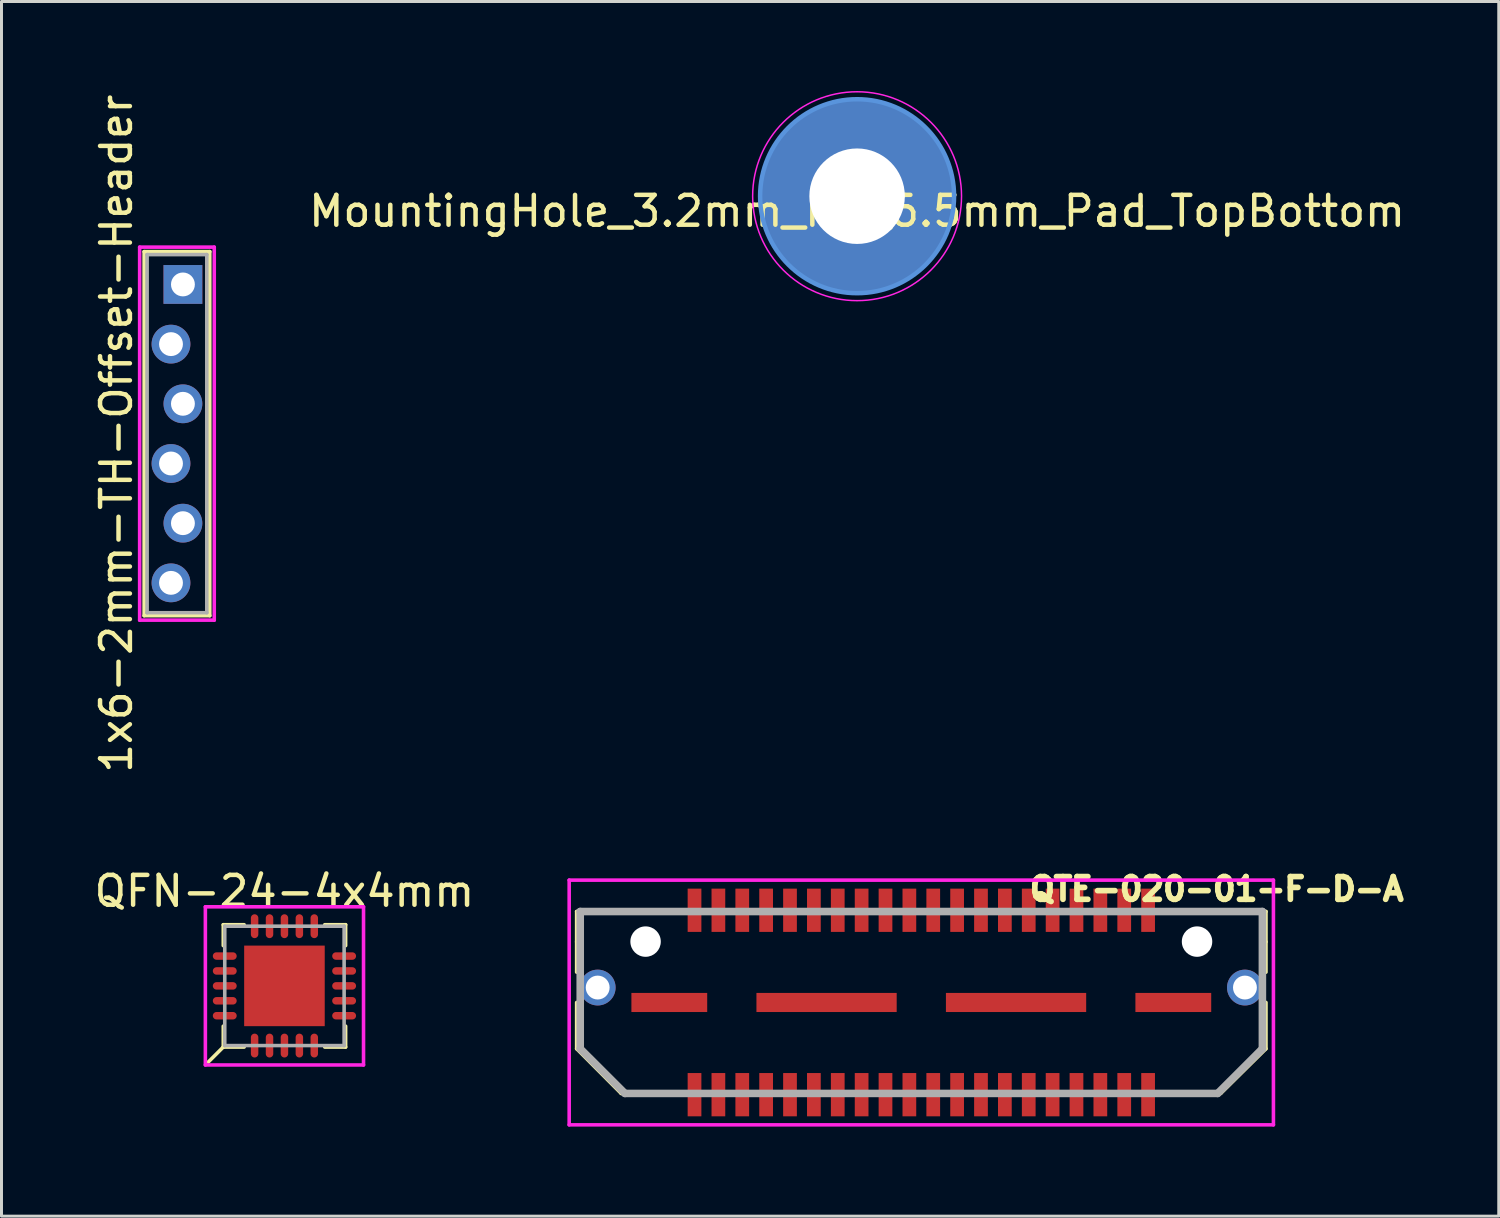
<source format=kicad_pcb>
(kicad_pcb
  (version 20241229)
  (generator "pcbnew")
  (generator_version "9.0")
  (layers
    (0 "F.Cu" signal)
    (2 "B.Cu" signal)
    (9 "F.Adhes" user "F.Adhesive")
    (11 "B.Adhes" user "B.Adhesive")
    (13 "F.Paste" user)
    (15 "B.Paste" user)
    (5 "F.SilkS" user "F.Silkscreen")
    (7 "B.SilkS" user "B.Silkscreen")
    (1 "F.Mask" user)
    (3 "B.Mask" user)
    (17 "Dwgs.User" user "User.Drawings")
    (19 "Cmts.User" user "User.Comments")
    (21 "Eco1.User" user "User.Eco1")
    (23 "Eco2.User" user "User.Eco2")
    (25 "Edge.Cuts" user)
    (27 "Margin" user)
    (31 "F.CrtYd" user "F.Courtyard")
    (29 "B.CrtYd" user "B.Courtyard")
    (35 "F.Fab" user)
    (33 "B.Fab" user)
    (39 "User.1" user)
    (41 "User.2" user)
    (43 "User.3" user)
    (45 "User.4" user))
  (footprint "1x6-2mm-TH-Offset-Header"
    (layer "F.Cu")
    (at 2.88 11.482)
    (property "Reference" "1x6-2mm-TH-Offset-Header" (at -2.032 0 90) (layer "F.SilkS") (effects (font (size 1 1) (thickness 0.15))))
    (attr through_hole)
    (fp_line (start -1.1 -6.1) (end -1.1 6.1) (stroke (width 0.12) (type solid)) (layer "F.SilkS"))
    (fp_line (start -1.1 6.1) (end 1.1 6.1) (stroke (width 0.12) (type solid)) (layer "F.SilkS"))
    (fp_line (start 1.1 -6.1) (end -1.1 -6.1) (stroke (width 0.12) (type solid)) (layer "F.SilkS"))
    (fp_line (start 1.1 6.1) (end 1.1 -6.1) (stroke (width 0.12) (type solid)) (layer "F.SilkS"))
    (fp_line (start -1.25 -6.25) (end -1.25 6.25) (stroke (width 0.12) (type solid)) (layer "F.CrtYd"))
    (fp_line (start -1.25 6.25) (end 1.25 6.25) (stroke (width 0.12) (type solid)) (layer "F.CrtYd"))
    (fp_line (start 1.25 -6.25) (end -1.25 -6.25) (stroke (width 0.12) (type solid)) (layer "F.CrtYd"))
    (fp_line (start 1.25 6.25) (end 1.25 -6.25) (stroke (width 0.12) (type solid)) (layer "F.CrtYd"))
    (fp_line (start -1 -6) (end -1 6) (stroke (width 0.12) (type solid)) (layer "F.Fab"))
    (fp_line (start -1 6) (end 1 6) (stroke (width 0.12) (type solid)) (layer "F.Fab"))
    (fp_line (start 1 -6) (end -1 -6) (stroke (width 0.12) (type solid)) (layer "F.Fab"))
    (fp_line (start 1 6) (end 1 -6) (stroke (width 0.12) (type solid)) (layer "F.Fab"))
    (pad "1" thru_hole rect (at 0.2 -5 270) (size 1.3 1.3) (drill 0.8) (layers "*.Cu" "*.Mask"))
    (pad "2" thru_hole circle (at -0.2 -3 270) (size 1.3 1.3) (drill 0.8) (layers "*.Cu" "*.Mask"))
    (pad "3" thru_hole circle (at 0.2 -1 270) (size 1.3 1.3) (drill 0.8) (layers "*.Cu" "*.Mask"))
    (pad "4" thru_hole circle (at -0.2 1 270) (size 1.3 1.3) (drill 0.8) (layers "*.Cu" "*.Mask"))
    (pad "5" thru_hole circle (at 0.2 3 270) (size 1.3 1.3) (drill 0.8) (layers "*.Cu" "*.Mask"))
    (pad "6" thru_hole circle (at -0.2 5 270) (size 1.3 1.3) (drill 0.8) (layers "*.Cu" "*.Mask")))
  (footprint "MountingHole_3.2mm_M3_6.5mm_Pad_TopBottom"
    (layer "F.Cu")
    (at 25.672 3.525)
    (property "Reference" "MountingHole_3.2mm_M3_6.5mm_Pad_TopBottom" (at 0 0.5 0) (layer "F.SilkS") (effects (font (size 1 1) (thickness 0.15))))
    (attr through_hole)
    (fp_circle (center 0 0) (end 3.25 0) (stroke (width 0.15) (type solid)) (fill no) (layer "Cmts.User"))
    (fp_circle (center 0 0) (end 3.5 0) (stroke (width 0.05) (type solid)) (fill no) (layer "F.CrtYd"))
    (pad "1" thru_hole circle (at 0 0) (size 3.6 3.6) (drill 3.2) (layers "*.Cu" "*.Mask"))
    (pad "1" connect circle (at 0 0) (size 6.5 6.5) (layers "F.Cu" "F.Mask"))
    (pad "1" connect circle (at 0 0) (size 6.5 6.5) (layers "B.Cu" "B.Mask")))
  (footprint "QFN-24-4x4mm"
    (layer "F.Cu")
    (at 6.482 29.988)
    (property "Reference" "QFN-24-4x4mm" (at 0 -3.175 0) (layer "F.SilkS") (effects (font (size 1 1) (thickness 0.15))))
    (attr through_hole)
    (fp_line (start -2.55 2.55) (end -2.05 2.05) (stroke (width 0.12) (type solid)) (layer "F.SilkS"))
    (fp_line (start -2.05 -2.05) (end -2.05 -1.35) (stroke (width 0.12) (type solid)) (layer "F.SilkS"))
    (fp_line (start -2.05 -2.05) (end -1.35 -2.05) (stroke (width 0.12) (type solid)) (layer "F.SilkS"))
    (fp_line (start -2.05 2.05) (end -2.05 1.35) (stroke (width 0.12) (type solid)) (layer "F.SilkS"))
    (fp_line (start -2.05 2.05) (end -1.35 2.05) (stroke (width 0.12) (type solid)) (layer "F.SilkS"))
    (fp_line (start 2.05 -2.05) (end 1.35 -2.05) (stroke (width 0.12) (type solid)) (layer "F.SilkS"))
    (fp_line (start 2.05 -2.05) (end 2.05 -1.35) (stroke (width 0.12) (type solid)) (layer "F.SilkS"))
    (fp_line (start 2.05 2.05) (end 1.35 2.05) (stroke (width 0.12) (type solid)) (layer "F.SilkS"))
    (fp_line (start 2.05 2.05) (end 2.05 1.35) (stroke (width 0.12) (type solid)) (layer "F.SilkS"))
    (fp_line (start -2.65 -2.65) (end -2.65 2.65) (stroke (width 0.12) (type solid)) (layer "F.CrtYd"))
    (fp_line (start -2.65 2.65) (end 2.65 2.65) (stroke (width 0.12) (type solid)) (layer "F.CrtYd"))
    (fp_line (start 2.65 -2.65) (end -2.65 -2.65) (stroke (width 0.12) (type solid)) (layer "F.CrtYd"))
    (fp_line (start 2.65 2.65) (end 2.65 -2.65) (stroke (width 0.12) (type solid)) (layer "F.CrtYd"))
    (fp_line (start -2 -2) (end -2 2) (stroke (width 0.12) (type solid)) (layer "F.Fab"))
    (fp_line (start -2 2) (end 2 2) (stroke (width 0.12) (type solid)) (layer "F.Fab"))
    (fp_line (start 2 -2) (end -2 -2) (stroke (width 0.12) (type solid)) (layer "F.Fab"))
    (fp_line (start 2 2) (end 2 -2) (stroke (width 0.12) (type solid)) (layer "F.Fab"))
    (pad "1" smd oval (at -1 2 180) (size 0.25 0.8) (layers "F.Cu" "F.Mask" "F.Paste"))
    (pad "2" smd oval (at -0.5 2 180) (size 0.25 0.8) (layers "F.Cu" "F.Mask" "F.Paste"))
    (pad "3" smd oval (at 0 2 180) (size 0.25 0.8) (layers "F.Cu" "F.Mask" "F.Paste"))
    (pad "4" smd oval (at 0.5 2 180) (size 0.25 0.8) (layers "F.Cu" "F.Mask" "F.Paste"))
    (pad "5" smd oval (at 1 2 180) (size 0.25 0.8) (layers "F.Cu" "F.Mask" "F.Paste"))
    (pad "6" smd oval (at 2 1 90) (size 0.25 0.8) (layers "F.Cu" "F.Mask" "F.Paste"))
    (pad "7" smd oval (at 2 0.5 90) (size 0.25 0.8) (layers "F.Cu" "F.Mask" "F.Paste"))
    (pad "8" smd oval (at 2 0 90) (size 0.25 0.8) (layers "F.Cu" "F.Mask" "F.Paste"))
    (pad "9" smd oval (at 2 -0.5 90) (size 0.25 0.8) (layers "F.Cu" "F.Mask" "F.Paste"))
    (pad "10" smd oval (at 2 -1 90) (size 0.25 0.8) (layers "F.Cu" "F.Mask" "F.Paste"))
    (pad "11" smd oval (at 1 -2 180) (size 0.25 0.8) (layers "F.Cu" "F.Mask" "F.Paste"))
    (pad "12" smd oval (at 0.5 -2 180) (size 0.25 0.8) (layers "F.Cu" "F.Mask" "F.Paste"))
    (pad "13" smd oval (at 0 -2 180) (size 0.25 0.8) (layers "F.Cu" "F.Mask" "F.Paste"))
    (pad "14" smd oval (at -0.5 -2 180) (size 0.25 0.8) (layers "F.Cu" "F.Mask" "F.Paste"))
    (pad "15" smd oval (at -1 -2 180) (size 0.25 0.8) (layers "F.Cu" "F.Mask" "F.Paste"))
    (pad "16" smd oval (at -2 -1 90) (size 0.25 0.8) (layers "F.Cu" "F.Mask" "F.Paste"))
    (pad "17" smd oval (at -2 -0.5 90) (size 0.25 0.8) (layers "F.Cu" "F.Mask" "F.Paste"))
    (pad "18" smd oval (at -2 0 90) (size 0.25 0.8) (layers "F.Cu" "F.Mask" "F.Paste"))
    (pad "19" smd oval (at -2 0.5 90) (size 0.25 0.8) (layers "F.Cu" "F.Mask" "F.Paste"))
    (pad "20" smd oval (at -2 1 90) (size 0.25 0.8) (layers "F.Cu" "F.Mask" "F.Paste"))
    (pad "21" smd rect (at 0 0 90) (size 2.7 2.7) (layers "F.Cu" "F.Mask" "F.Paste")))
  (footprint "QTE-020-01-F-D-A"
    (layer "F.Cu")
    (at 27.824 30.544)
    (property "Reference" "QTE-020-01-F-D-A" (at 9.9 -3.8 0) (layer "F.SilkS") (effects (font (size 0.762 0.762) (thickness 0.191))))
    (attr through_hole)
    (fp_line (start -11.55 -3.048) (end -8.248 -3.048) (stroke (width 0.12) (type solid)) (layer "F.SilkS"))
    (fp_line (start -11.55 -2.032) (end -11.55 -3.048) (stroke (width 0.12) (type solid)) (layer "F.SilkS"))
    (fp_line (start -11.55 -1.016) (end -11.55 -2.032) (stroke (width 0.12) (type solid)) (layer "F.SilkS"))
    (fp_line (start -11.55 1.55) (end -11.55 0) (stroke (width 0.12) (type solid)) (layer "F.SilkS"))
    (fp_line (start -10.058 3.048) (end -11.55 1.55) (stroke (width 0.12) (type solid)) (layer "F.SilkS"))
    (fp_line (start -8.248 3.048) (end -10.058 3.048) (stroke (width 0.12) (type solid)) (layer "F.SilkS"))
    (fp_line (start 8.248 3.048) (end 10.033 3.048) (stroke (width 0.12) (type solid)) (layer "F.SilkS"))
    (fp_line (start 10.033 3.048) (end 11.55 1.55) (stroke (width 0.12) (type solid)) (layer "F.SilkS"))
    (fp_line (start 11.55 -3.048) (end 8.248 -3.048) (stroke (width 0.12) (type solid)) (layer "F.SilkS"))
    (fp_line (start 11.55 -2.032) (end 11.55 -3.048) (stroke (width 0.12) (type solid)) (layer "F.SilkS"))
    (fp_line (start 11.55 -1.016) (end 11.55 -2.032) (stroke (width 0.12) (type solid)) (layer "F.SilkS"))
    (fp_line (start 11.55 1.55) (end 11.55 0) (stroke (width 0.12) (type solid)) (layer "F.SilkS"))
    (fp_line (start -11.8 -4.1) (end -11.8 4.1) (stroke (width 0.12) (type solid)) (layer "F.CrtYd"))
    (fp_line (start -11.8 4.1) (end 11.8 4.1) (stroke (width 0.12) (type solid)) (layer "F.CrtYd"))
    (fp_line (start 11.8 -4.1) (end -11.8 -4.1) (stroke (width 0.12) (type solid)) (layer "F.CrtYd"))
    (fp_line (start 11.8 4.1) (end 11.8 -4.1) (stroke (width 0.12) (type solid)) (layer "F.CrtYd"))
    (fp_line (start -11.43 -3.048) (end 11.43 -3.048) (stroke (width 0.254) (type solid)) (layer "F.Fab"))
    (fp_line (start -11.43 1.55) (end -11.43 -3.048) (stroke (width 0.254) (type solid)) (layer "F.Fab"))
    (fp_line (start -9.931 3.048) (end -11.43 1.55) (stroke (width 0.254) (type solid)) (layer "F.Fab"))
    (fp_line (start 9.931 3.048) (end -9.931 3.048) (stroke (width 0.254) (type solid)) (layer "F.Fab"))
    (fp_line (start 11.43 -3.048) (end 11.43 1.55) (stroke (width 0.254) (type solid)) (layer "F.Fab"))
    (fp_line (start 11.43 1.55) (end 9.931 3.048) (stroke (width 0.254) (type solid)) (layer "F.Fab"))
    (pad "" np_thru_hole circle (at -9.24 -2.04 180) (size 1.02 1.02) (drill 1.02) (layers "*.Cu" "*.Mask"))
    (pad "" np_thru_hole circle (at 9.24 -2.04 180) (size 1.02 1.02) (drill 1.02) (layers "*.Cu" "*.Mask"))
    (pad "0" smd rect (at -8.445 0) (size 2.54 0.64) (layers "F.Cu" "F.Mask" "F.Paste"))
    (pad "0" smd rect (at -3.175 0) (size 4.7 0.64) (layers "F.Cu" "F.Mask" "F.Paste"))
    (pad "0" smd rect (at 3.175 0) (size 4.7 0.64) (layers "F.Cu" "F.Mask" "F.Paste"))
    (pad "0" smd rect (at 8.445 0) (size 2.54 0.64) (layers "F.Cu" "F.Mask" "F.Paste"))
    (pad "1" smd rect (at -7.6 -3.09) (size 0.46 1.45) (layers "F.Cu" "F.Mask" "F.Paste"))
    (pad "2" smd rect (at -7.6 3.09) (size 0.46 1.45) (layers "F.Cu" "F.Mask" "F.Paste"))
    (pad "3" smd rect (at -6.8 -3.09) (size 0.46 1.45) (layers "F.Cu" "F.Mask" "F.Paste"))
    (pad "4" smd rect (at -6.8 3.09) (size 0.46 1.45) (layers "F.Cu" "F.Mask" "F.Paste"))
    (pad "5" smd rect (at -6 -3.09) (size 0.46 1.45) (layers "F.Cu" "F.Mask" "F.Paste"))
    (pad "6" smd rect (at -6 3.09) (size 0.46 1.45) (layers "F.Cu" "F.Mask" "F.Paste"))
    (pad "7" smd rect (at -5.2 -3.09) (size 0.46 1.45) (layers "F.Cu" "F.Mask" "F.Paste"))
    (pad "8" smd rect (at -5.2 3.09) (size 0.46 1.45) (layers "F.Cu" "F.Mask" "F.Paste"))
    (pad "9" smd rect (at -4.4 -3.09) (size 0.46 1.45) (layers "F.Cu" "F.Mask" "F.Paste"))
    (pad "10" smd rect (at -4.4 3.09) (size 0.46 1.45) (layers "F.Cu" "F.Mask" "F.Paste"))
    (pad "11" smd rect (at -3.6 -3.09) (size 0.46 1.45) (layers "F.Cu" "F.Mask" "F.Paste"))
    (pad "12" smd rect (at -3.6 3.09) (size 0.46 1.45) (layers "F.Cu" "F.Mask" "F.Paste"))
    (pad "13" smd rect (at -2.8 -3.09) (size 0.46 1.45) (layers "F.Cu" "F.Mask" "F.Paste"))
    (pad "14" smd rect (at -2.8 3.09) (size 0.46 1.45) (layers "F.Cu" "F.Mask" "F.Paste"))
    (pad "15" smd rect (at -2 -3.09) (size 0.46 1.45) (layers "F.Cu" "F.Mask" "F.Paste"))
    (pad "16" smd rect (at -2 3.09) (size 0.46 1.45) (layers "F.Cu" "F.Mask" "F.Paste"))
    (pad "17" smd rect (at -1.2 -3.09) (size 0.46 1.45) (layers "F.Cu" "F.Mask" "F.Paste"))
    (pad "18" smd rect (at -1.2 3.09) (size 0.46 1.45) (layers "F.Cu" "F.Mask" "F.Paste"))
    (pad "19" smd rect (at -0.4 -3.09) (size 0.46 1.45) (layers "F.Cu" "F.Mask" "F.Paste"))
    (pad "20" smd rect (at -0.4 3.09) (size 0.46 1.45) (layers "F.Cu" "F.Mask" "F.Paste"))
    (pad "21" smd rect (at 0.4 -3.09) (size 0.46 1.45) (layers "F.Cu" "F.Mask" "F.Paste"))
    (pad "22" smd rect (at 0.4 3.09) (size 0.46 1.45) (layers "F.Cu" "F.Mask" "F.Paste"))
    (pad "23" smd rect (at 1.2 -3.09) (size 0.46 1.45) (layers "F.Cu" "F.Mask" "F.Paste"))
    (pad "24" smd rect (at 1.2 3.09) (size 0.46 1.45) (layers "F.Cu" "F.Mask" "F.Paste"))
    (pad "25" smd rect (at 2 -3.09) (size 0.46 1.45) (layers "F.Cu" "F.Mask" "F.Paste"))
    (pad "26" smd rect (at 2 3.09) (size 0.46 1.45) (layers "F.Cu" "F.Mask" "F.Paste"))
    (pad "27" smd rect (at 2.8 -3.09) (size 0.46 1.45) (layers "F.Cu" "F.Mask" "F.Paste"))
    (pad "28" smd rect (at 2.8 3.09) (size 0.46 1.45) (layers "F.Cu" "F.Mask" "F.Paste"))
    (pad "29" smd rect (at 3.6 -3.09) (size 0.46 1.45) (layers "F.Cu" "F.Mask" "F.Paste"))
    (pad "30" smd rect (at 3.6 3.09) (size 0.46 1.45) (layers "F.Cu" "F.Mask" "F.Paste"))
    (pad "31" smd rect (at 4.4 -3.09) (size 0.46 1.45) (layers "F.Cu" "F.Mask" "F.Paste"))
    (pad "32" smd rect (at 4.4 3.09) (size 0.46 1.45) (layers "F.Cu" "F.Mask" "F.Paste"))
    (pad "33" smd rect (at 5.2 -3.09) (size 0.46 1.45) (layers "F.Cu" "F.Mask" "F.Paste"))
    (pad "34" smd rect (at 5.2 3.09) (size 0.46 1.45) (layers "F.Cu" "F.Mask" "F.Paste"))
    (pad "35" smd rect (at 6 -3.09) (size 0.46 1.45) (layers "F.Cu" "F.Mask" "F.Paste"))
    (pad "36" smd rect (at 6 3.09) (size 0.46 1.45) (layers "F.Cu" "F.Mask" "F.Paste"))
    (pad "37" smd rect (at 6.8 -3.09) (size 0.46 1.45) (layers "F.Cu" "F.Mask" "F.Paste"))
    (pad "38" smd rect (at 6.8 3.09) (size 0.46 1.45) (layers "F.Cu" "F.Mask" "F.Paste"))
    (pad "39" smd rect (at 7.6 -3.09) (size 0.46 1.45) (layers "F.Cu" "F.Mask" "F.Paste"))
    (pad "40" smd rect (at 7.6 3.09) (size 0.46 1.45) (layers "F.Cu" "F.Mask" "F.Paste"))
    (pad "MH" thru_hole circle (at -10.845 -0.5 180) (size 1.2 1.2) (drill 0.8) (layers "*.Cu" "*.Mask"))
    (pad "MH" thru_hole circle (at 10.845 -0.5 180) (size 1.2 1.2) (drill 0.8) (layers "*.Cu" "*.Mask")))
  (gr_rect
    (start -3 -3)
    (end 47.175 37.704)
    (stroke (width 0.1) (type default))
    (fill no)
    (layer "Edge.Cuts")))
</source>
